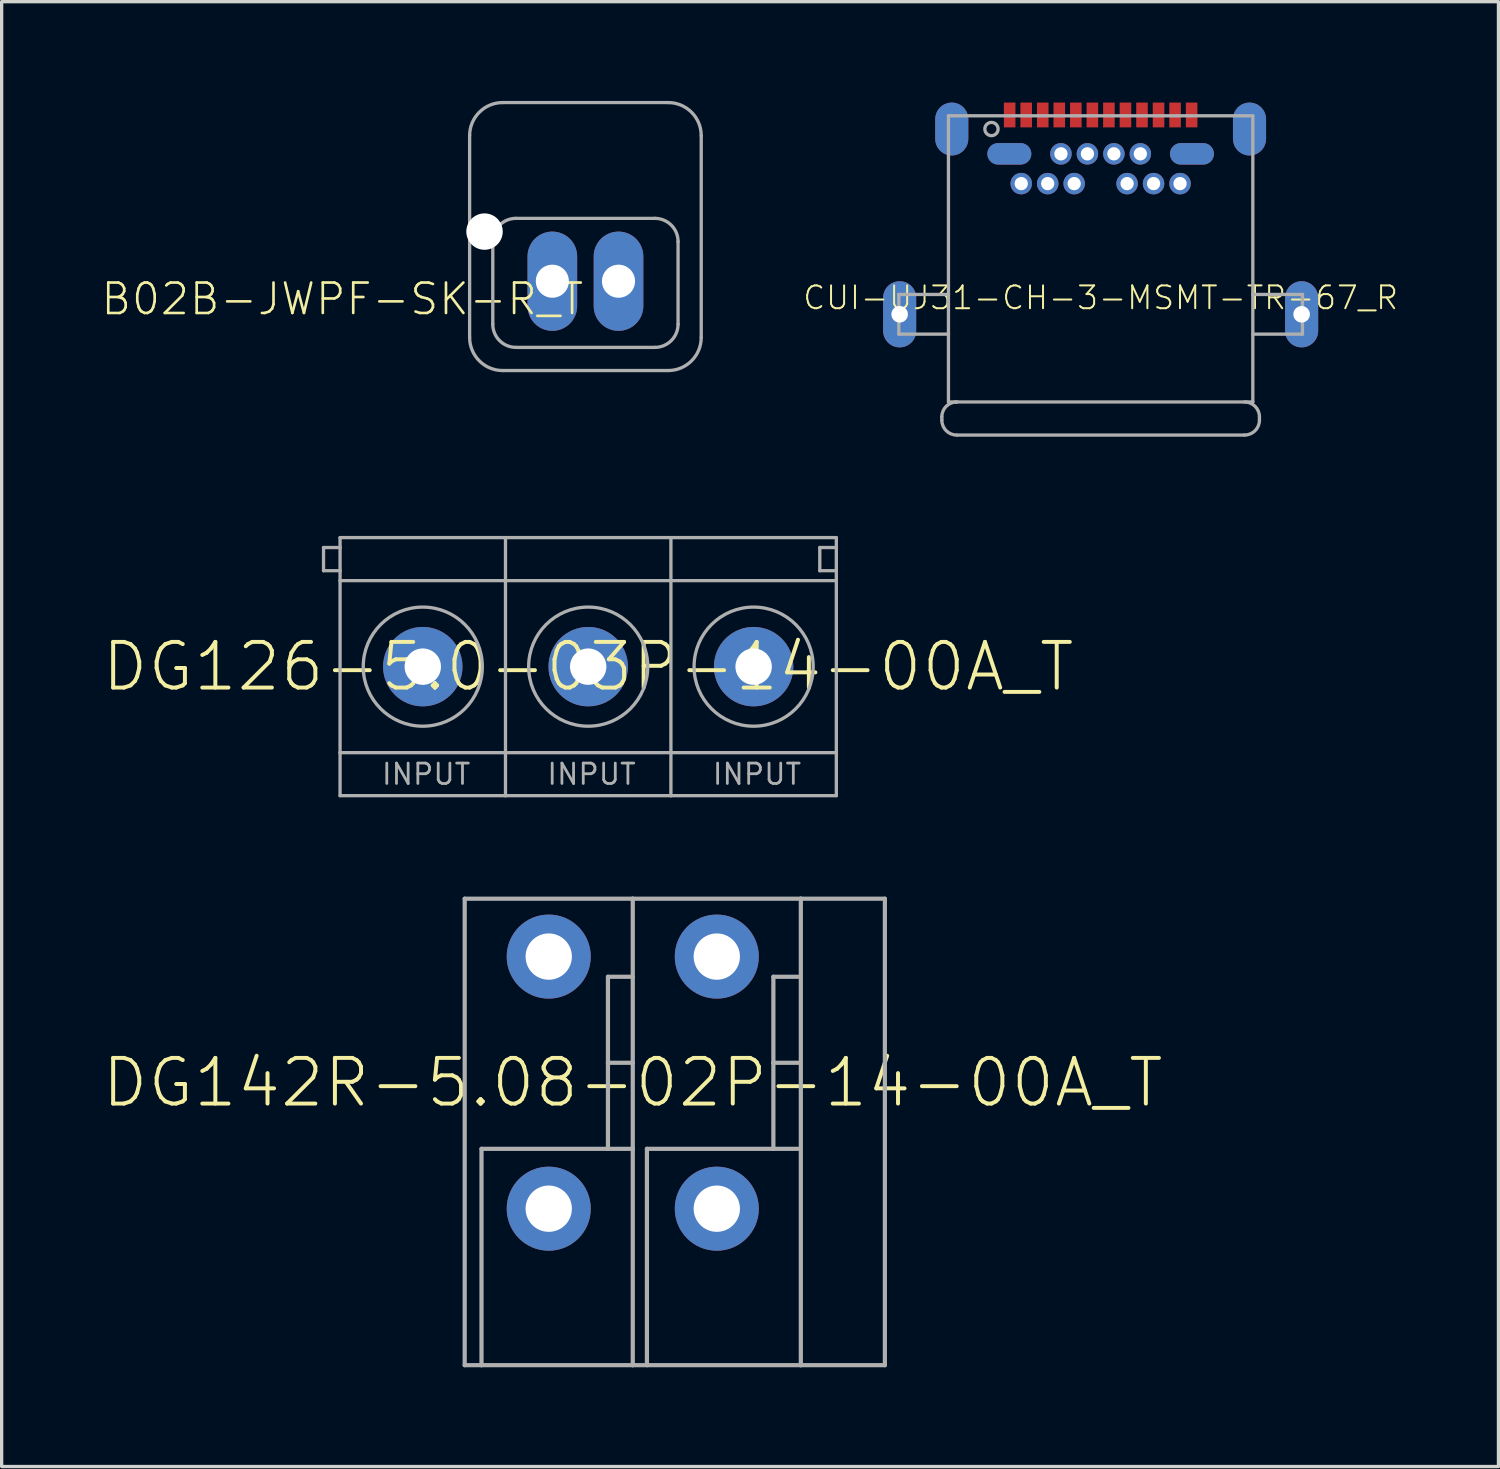
<source format=kicad_pcb>
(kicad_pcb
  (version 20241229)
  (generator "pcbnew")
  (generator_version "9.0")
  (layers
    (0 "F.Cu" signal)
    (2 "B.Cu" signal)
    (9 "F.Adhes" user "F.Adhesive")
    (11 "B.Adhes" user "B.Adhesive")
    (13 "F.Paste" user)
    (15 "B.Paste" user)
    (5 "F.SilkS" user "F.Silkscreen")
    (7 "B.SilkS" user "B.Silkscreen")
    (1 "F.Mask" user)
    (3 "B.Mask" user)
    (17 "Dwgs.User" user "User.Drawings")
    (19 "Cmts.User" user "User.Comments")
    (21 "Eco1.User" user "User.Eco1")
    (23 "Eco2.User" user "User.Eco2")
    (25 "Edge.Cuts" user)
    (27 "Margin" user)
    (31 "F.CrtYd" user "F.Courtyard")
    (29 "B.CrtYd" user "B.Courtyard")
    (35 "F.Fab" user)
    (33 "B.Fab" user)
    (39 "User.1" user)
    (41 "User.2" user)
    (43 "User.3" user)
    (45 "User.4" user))
  (footprint "DG126-5.0-03P-14-00A_T"
    (layer "F.Cu")
    (at 14.729 17.1)
    (property "Reference" "DG126-5.0-03P-14-00A_T" (at 0 0 0) (unlocked yes) (layer "F.SilkS") (effects (font (size 1.38 1.38) (thickness 0.12))))
    (fp_line (start -8 -3.6) (end -7.5 -3.6) (stroke (width 0.1) (type solid)) (layer "F.Fab"))
    (fp_line (start -8 -2.9) (end -8 -3.6) (stroke (width 0.1) (type solid)) (layer "F.Fab"))
    (fp_line (start -7.5 -3.6) (end -7.5 -3.9) (stroke (width 0.1) (type solid)) (layer "F.Fab"))
    (fp_line (start -7.5 -3.6) (end -7.5 -2.9) (stroke (width 0.1) (type solid)) (layer "F.Fab"))
    (fp_line (start -7.5 -2.9) (end -8 -2.9) (stroke (width 0.1) (type solid)) (layer "F.Fab"))
    (fp_line (start -7.5 -2.6) (end -7.5 -2.9) (stroke (width 0.1) (type solid)) (layer "F.Fab"))
    (fp_line (start -7.5 -2.6) (end -2.5 -2.6) (stroke (width 0.1) (type solid)) (layer "F.Fab"))
    (fp_line (start -7.5 2.6) (end -7.5 -2.6) (stroke (width 0.1) (type solid)) (layer "F.Fab"))
    (fp_line (start -7.5 2.6) (end -2.5 2.6) (stroke (width 0.1) (type solid)) (layer "F.Fab"))
    (fp_line (start -7.5 3.9) (end -7.5 2.6) (stroke (width 0.1) (type solid)) (layer "F.Fab"))
    (fp_line (start -7.5 3.9) (end -2.5 3.9) (stroke (width 0.1) (type solid)) (layer "F.Fab"))
    (fp_line (start -2.5 -3.9) (end -7.5 -3.9) (stroke (width 0.1) (type solid)) (layer "F.Fab"))
    (fp_line (start -2.5 -2.6) (end -2.5 -3.9) (stroke (width 0.1) (type solid)) (layer "F.Fab"))
    (fp_line (start -2.5 -2.6) (end 2.5 -2.6) (stroke (width 0.1) (type solid)) (layer "F.Fab"))
    (fp_line (start -2.5 2.6) (end -2.5 -2.6) (stroke (width 0.1) (type solid)) (layer "F.Fab"))
    (fp_line (start -2.5 2.6) (end 2.5 2.6) (stroke (width 0.1) (type solid)) (layer "F.Fab"))
    (fp_line (start -2.5 3.9) (end -2.5 2.6) (stroke (width 0.1) (type solid)) (layer "F.Fab"))
    (fp_line (start -2.5 3.9) (end 2.5 3.9) (stroke (width 0.1) (type solid)) (layer "F.Fab"))
    (fp_line (start 2.5 -3.9) (end -2.5 -3.9) (stroke (width 0.1) (type solid)) (layer "F.Fab"))
    (fp_line (start 2.5 -2.6) (end 2.5 -3.9) (stroke (width 0.1) (type solid)) (layer "F.Fab"))
    (fp_line (start 2.5 -2.6) (end 7.5 -2.6) (stroke (width 0.1) (type solid)) (layer "F.Fab"))
    (fp_line (start 2.5 2.6) (end 2.5 -2.6) (stroke (width 0.1) (type solid)) (layer "F.Fab"))
    (fp_line (start 2.5 2.6) (end 7.5 2.6) (stroke (width 0.1) (type solid)) (layer "F.Fab"))
    (fp_line (start 2.5 3.9) (end 2.5 2.6) (stroke (width 0.1) (type solid)) (layer "F.Fab"))
    (fp_line (start 2.5 3.9) (end 7.5 3.9) (stroke (width 0.1) (type solid)) (layer "F.Fab"))
    (fp_line (start 7 -3.6) (end 7 -2.9) (stroke (width 0.1) (type solid)) (layer "F.Fab"))
    (fp_line (start 7 -2.9) (end 7.5 -2.9) (stroke (width 0.1) (type solid)) (layer "F.Fab"))
    (fp_line (start 7.5 -3.9) (end 2.5 -3.9) (stroke (width 0.1) (type solid)) (layer "F.Fab"))
    (fp_line (start 7.5 -3.9) (end 7.5 -3.6) (stroke (width 0.1) (type solid)) (layer "F.Fab"))
    (fp_line (start 7.5 -3.6) (end 7 -3.6) (stroke (width 0.1) (type solid)) (layer "F.Fab"))
    (fp_line (start 7.5 -3.6) (end 7.5 -2.9) (stroke (width 0.1) (type solid)) (layer "F.Fab"))
    (fp_line (start 7.5 -2.9) (end 7.5 -2.6) (stroke (width 0.1) (type solid)) (layer "F.Fab"))
    (fp_line (start 7.5 -2.6) (end 7.5 2.6) (stroke (width 0.1) (type solid)) (layer "F.Fab"))
    (fp_line (start 7.5 2.6) (end 7.5 3.9) (stroke (width 0.1) (type solid)) (layer "F.Fab"))
    (fp_circle (center -5 0) (end -3.2 0) (stroke (width 0.1) (type solid)) (fill no) (layer "F.Fab"))
    (fp_circle (center 0 0) (end 1.8 0) (stroke (width 0.1) (type solid)) (fill no) (layer "F.Fab"))
    (fp_circle (center 5 0) (end 6.8 0) (stroke (width 0.1) (type solid)) (fill no) (layer "F.Fab"))
    (fp_text user "INPUT" (at -4.9 3.25 0) (layer "F.Fab") (effects (font (size 0.616 0.616) (thickness 0.084))))
    (fp_text user "INPUT" (at 5.1 3.25 0) (layer "F.Fab") (effects (font (size 0.616 0.616) (thickness 0.084))))
    (fp_text user "INPUT" (at 0.1 3.25 0) (layer "F.Fab") (effects (font (size 0.616 0.616) (thickness 0.084))))
    (pad "1" thru_hole circle (at -5 0 90) (size 2.4 2.4) (drill 1.1) (layers "*.Cu" "*.Mask"))
    (pad "2" thru_hole circle (at 0 0 90) (size 2.4 2.4) (drill 1.1) (layers "*.Cu" "*.Mask"))
    (pad "3" thru_hole circle (at 5 0 90) (size 2.4 2.4) (drill 1.1) (layers "*.Cu" "*.Mask")))
  (footprint "DG142R-5.08-02P-14-00A_T"
    (layer "F.Cu")
    (at 16.076 29.674)
    (property "Reference" "DG142R-5.08-02P-14-00A_T" (at 0 0 0) (unlocked yes) (layer "F.SilkS") (effects (font (size 1.38 1.38) (thickness 0.12))))
    (fp_line (start -5.08 -5.56) (end 0 -5.56) (stroke (width 0.127) (type solid)) (layer "F.Fab"))
    (fp_line (start -5.08 8.54) (end -5.08 -5.56) (stroke (width 0.127) (type solid)) (layer "F.Fab"))
    (fp_line (start -4.572 2) (end -0.75 2) (stroke (width 0.127) (type solid)) (layer "F.Fab"))
    (fp_line (start -4.572 8.54) (end -5.08 8.54) (stroke (width 0.127) (type solid)) (layer "F.Fab"))
    (fp_line (start -4.572 8.54) (end -4.572 2) (stroke (width 0.127) (type solid)) (layer "F.Fab"))
    (fp_line (start -0.75 -3.2) (end 0 -3.2) (stroke (width 0.127) (type solid)) (layer "F.Fab"))
    (fp_line (start -0.75 -0.6) (end -0.75 -3.2) (stroke (width 0.127) (type solid)) (layer "F.Fab"))
    (fp_line (start -0.75 -0.6) (end 0 -0.6) (stroke (width 0.127) (type solid)) (layer "F.Fab"))
    (fp_line (start -0.75 2) (end -0.75 -0.6) (stroke (width 0.127) (type solid)) (layer "F.Fab"))
    (fp_line (start -0.75 2) (end 0 2) (stroke (width 0.127) (type solid)) (layer "F.Fab"))
    (fp_line (start 0 -5.56) (end 5.08 -5.56) (stroke (width 0.127) (type solid)) (layer "F.Fab"))
    (fp_line (start 0 -3.2) (end 0 -5.56) (stroke (width 0.127) (type solid)) (layer "F.Fab"))
    (fp_line (start 0 -0.6) (end 0 -3.2) (stroke (width 0.127) (type solid)) (layer "F.Fab"))
    (fp_line (start 0 2) (end 0 -0.6) (stroke (width 0.127) (type solid)) (layer "F.Fab"))
    (fp_line (start 0 8.54) (end -4.572 8.54) (stroke (width 0.127) (type solid)) (layer "F.Fab"))
    (fp_line (start 0 8.54) (end 0 2) (stroke (width 0.127) (type solid)) (layer "F.Fab"))
    (fp_line (start 0.428 2) (end 4.25 2) (stroke (width 0.127) (type solid)) (layer "F.Fab"))
    (fp_line (start 0.428 8.54) (end 0.428 2) (stroke (width 0.127) (type solid)) (layer "F.Fab"))
    (fp_line (start 4.25 -3.2) (end 5 -3.2) (stroke (width 0.127) (type solid)) (layer "F.Fab"))
    (fp_line (start 4.25 -0.6) (end 4.25 -3.2) (stroke (width 0.127) (type solid)) (layer "F.Fab"))
    (fp_line (start 4.25 -0.6) (end 5 -0.6) (stroke (width 0.127) (type solid)) (layer "F.Fab"))
    (fp_line (start 4.25 2) (end 4.25 -0.6) (stroke (width 0.127) (type solid)) (layer "F.Fab"))
    (fp_line (start 4.25 2) (end 5 2) (stroke (width 0.127) (type solid)) (layer "F.Fab"))
    (fp_line (start 5.08 -5.56) (end 7.62 -5.56) (stroke (width 0.127) (type solid)) (layer "F.Fab"))
    (fp_line (start 5.08 8.54) (end 0 8.54) (stroke (width 0.127) (type solid)) (layer "F.Fab"))
    (fp_line (start 5.08 8.54) (end 5.08 -5.56) (stroke (width 0.127) (type solid)) (layer "F.Fab"))
    (fp_line (start 7.62 -5.56) (end 7.62 8.54) (stroke (width 0.127) (type solid)) (layer "F.Fab"))
    (fp_line (start 7.62 8.54) (end 5.08 8.54) (stroke (width 0.127) (type solid)) (layer "F.Fab"))
    (pad "1" thru_hole circle (at -2.54 -3.81) (size 2.54 2.54) (drill 1.4) (layers "*.Cu" "*.Mask"))
    (pad "2" thru_hole circle (at -2.54 3.81) (size 2.54 2.54) (drill 1.4) (layers "*.Cu" "*.Mask"))
    (pad "3" thru_hole circle (at 2.54 -3.81) (size 2.54 2.54) (drill 1.4) (layers "*.Cu" "*.Mask"))
    (pad "4" thru_hole circle (at 2.54 3.81) (size 2.54 2.54) (drill 1.4) (layers "*.Cu" "*.Mask")))
  (footprint "CUI-UJ31-CH-3-MSMT-TR-67_R"
    (layer "F.Cu")
    (at 30.218 6.45)
    (property "Reference" "CUI-UJ31-CH-3-MSMT-TR-67_R" (at 0 -0.5 0) (unlocked yes) (layer "F.SilkS") (effects (font (size 0.69 0.69) (thickness 0.06))))
    (fp_line (start -4.5 -5.3) (end -4.5 -5.9) (stroke (width 1.1) (type solid)) (layer "F.Mask"))
    (fp_line (start -2.42 -4.85) (end -3.1 -4.85) (stroke (width 0.84) (type solid)) (layer "F.Mask"))
    (fp_line (start 3.1 -4.85) (end 2.42 -4.85) (stroke (width 0.84) (type solid)) (layer "F.Mask"))
    (fp_line (start 4.5 -5.3) (end 4.5 -5.9) (stroke (width 1.1) (type solid)) (layer "F.Mask"))
    (fp_poly (pts (xy -2.975 -5.6) (xy 2.975 -5.6) (xy 2.975 -6.45) (xy -2.975 -6.45)) (stroke (width 0) (type default)) (fill yes) (layer "F.Mask"))
    (fp_line (start -4.5 -5.3) (end -4.5 -5.9) (stroke (width 1) (type solid)) (layer "B.Cu"))
    (fp_line (start -2.42 -4.85) (end -3.1 -4.85) (stroke (width 0.65) (type solid)) (layer "B.Cu"))
    (fp_line (start 3.1 -4.85) (end 2.42 -4.85) (stroke (width 0.65) (type solid)) (layer "B.Cu"))
    (fp_line (start 4.5 -5.3) (end 4.5 -5.9) (stroke (width 1) (type solid)) (layer "B.Cu"))
    (fp_line (start -4.5 -5.3) (end -4.5 -5.9) (stroke (width 1.1) (type solid)) (layer "B.Mask"))
    (fp_line (start -2.42 -4.85) (end -3.1 -4.85) (stroke (width 0.84) (type solid)) (layer "B.Mask"))
    (fp_line (start 3.1 -4.85) (end 2.42 -4.85) (stroke (width 0.84) (type solid)) (layer "B.Mask"))
    (fp_line (start 4.5 -5.3) (end 4.5 -5.9) (stroke (width 1.1) (type solid)) (layer "B.Mask"))
    (fp_line (start -6.075 -0.5) (end -6.075 0.5) (stroke (width 1) (type solid)) (layer "F.Paste"))
    (fp_line (start 6.075 -0.5) (end 6.075 0.5) (stroke (width 1) (type solid)) (layer "F.Paste"))
    (fp_circle (center -2.4 -3.95) (end -2.237 -3.95) (stroke (width 0.325) (type solid)) (fill yes) (layer "F.Paste"))
    (fp_circle (center -1.6 -3.95) (end -1.438 -3.95) (stroke (width 0.325) (type solid)) (fill yes) (layer "F.Paste"))
    (fp_circle (center -1.2 -4.85) (end -1.038 -4.85) (stroke (width 0.325) (type solid)) (fill yes) (layer "F.Paste"))
    (fp_circle (center -0.8 -3.95) (end -0.637 -3.95) (stroke (width 0.325) (type solid)) (fill yes) (layer "F.Paste"))
    (fp_circle (center -0.4 -4.85) (end -0.237 -4.85) (stroke (width 0.325) (type solid)) (fill yes) (layer "F.Paste"))
    (fp_circle (center 0.4 -4.85) (end 0.562 -4.85) (stroke (width 0.325) (type solid)) (fill yes) (layer "F.Paste"))
    (fp_circle (center 0.8 -3.95) (end 0.963 -3.95) (stroke (width 0.325) (type solid)) (fill yes) (layer "F.Paste"))
    (fp_circle (center 1.2 -4.85) (end 1.363 -4.85) (stroke (width 0.325) (type solid)) (fill yes) (layer "F.Paste"))
    (fp_circle (center 1.6 -3.95) (end 1.762 -3.95) (stroke (width 0.325) (type solid)) (fill yes) (layer "F.Paste"))
    (fp_circle (center 2.4 -3.95) (end 2.562 -3.95) (stroke (width 0.325) (type solid)) (fill yes) (layer "F.Paste"))
    (fp_line (start -6.1 -0.6) (end -6.1 0.6) (stroke (width 0.1) (type solid)) (layer "F.Fab"))
    (fp_line (start -6.1 0.6) (end -4.6 0.6) (stroke (width 0.1) (type solid)) (layer "F.Fab"))
    (fp_line (start -4.8 3.2) (end -4.8 3.1) (stroke (width 0.1) (type solid)) (layer "F.Fab"))
    (fp_line (start -4.6 -6) (end 4.6 -6) (stroke (width 0.1) (type solid)) (layer "F.Fab"))
    (fp_line (start -4.6 -0.6) (end -6.1 -0.6) (stroke (width 0.1) (type solid)) (layer "F.Fab"))
    (fp_line (start -4.6 -0.6) (end -4.6 -6) (stroke (width 0.1) (type solid)) (layer "F.Fab"))
    (fp_line (start -4.6 0.6) (end -4.6 -0.6) (stroke (width 0.1) (type solid)) (layer "F.Fab"))
    (fp_line (start -4.6 2.65) (end -4.6 0.6) (stroke (width 0.1) (type solid)) (layer "F.Fab"))
    (fp_line (start -4.6 2.65) (end -4.35 2.65) (stroke (width 0.1) (type solid)) (layer "F.Fab"))
    (fp_line (start -4.35 2.65) (end 4.6 2.65) (stroke (width 0.1) (type solid)) (layer "F.Fab"))
    (fp_line (start 4.35 3.65) (end -4.35 3.65) (stroke (width 0.1) (type solid)) (layer "F.Fab"))
    (fp_line (start 4.6 -6) (end 4.6 2.65) (stroke (width 0.1) (type solid)) (layer "F.Fab"))
    (fp_line (start 4.6 0.6) (end 6.1 0.6) (stroke (width 0.1) (type solid)) (layer "F.Fab"))
    (fp_line (start 4.8 3.1) (end 4.8 3.2) (stroke (width 0.1) (type solid)) (layer "F.Fab"))
    (fp_line (start 6.1 -0.6) (end 4.6 -0.6) (stroke (width 0.1) (type solid)) (layer "F.Fab"))
    (fp_line (start 6.1 0.6) (end 6.1 -0.6) (stroke (width 0.1) (type solid)) (layer "F.Fab"))
    (fp_arc (start -4.8 3.1) (mid -4.668198 2.781802) (end -4.35 2.65) (stroke (width 0.1) (type solid)) (layer "F.Fab"))
    (fp_arc (start -4.35 3.65) (mid -4.668198 3.518198) (end -4.8 3.2) (stroke (width 0.1) (type solid)) (layer "F.Fab"))
    (fp_arc (start 4.35 2.65) (mid 4.668198 2.781802) (end 4.8 3.1) (stroke (width 0.1) (type solid)) (layer "F.Fab"))
    (fp_arc (start 4.8 3.2) (mid 4.668198 3.518198) (end 4.35 3.65) (stroke (width 0.1) (type solid)) (layer "F.Fab"))
    (fp_circle (center -3.3 -5.6) (end -3.1 -5.6) (stroke (width 0.1) (type solid)) (fill no) (layer "F.Fab"))
    (pad "A1" smd rect (at -2.75 -6.025 90) (size 0.75 0.35) (layers "F.Cu" "F.Paste"))
    (pad "A2" smd rect (at -2.25 -6.025 90) (size 0.75 0.35) (layers "F.Cu" "F.Paste"))
    (pad "A3" smd rect (at -1.75 -6.025 90) (size 0.75 0.35) (layers "F.Cu" "F.Paste"))
    (pad "A4" smd rect (at -1.25 -6.025 90) (size 0.75 0.35) (layers "F.Cu" "F.Paste"))
    (pad "A5" smd rect (at -0.75 -6.025 90) (size 0.75 0.35) (layers "F.Cu" "F.Paste"))
    (pad "A6" smd rect (at -0.25 -6.025 90) (size 0.75 0.35) (layers "F.Cu" "F.Paste"))
    (pad "A7" smd rect (at 0.25 -6.025 90) (size 0.75 0.35) (layers "F.Cu" "F.Paste"))
    (pad "A8" smd rect (at 0.75 -6.025 90) (size 0.75 0.35) (layers "F.Cu" "F.Paste"))
    (pad "A9" smd rect (at 1.25 -6.025 90) (size 0.75 0.35) (layers "F.Cu" "F.Paste"))
    (pad "A10" smd rect (at 1.75 -6.025 90) (size 0.75 0.35) (layers "F.Cu" "F.Paste"))
    (pad "A11" smd rect (at 2.25 -6.025 90) (size 0.75 0.35) (layers "F.Cu" "F.Paste"))
    (pad "A12" smd rect (at 2.75 -6.025 90) (size 0.75 0.35) (layers "F.Cu" "F.Paste"))
    (pad "B1" smd roundrect (at 2.76 -4.85 180) (size 1.33 0.65) (layers "F.Cu" "F.Paste") (roundrect_rratio 0.5))
    (pad "B2" thru_hole circle (at 2.4 -3.95) (size 0.65 0.65) (drill 0.4) (layers "*.Cu" "*.Mask"))
    (pad "B3" thru_hole circle (at 1.6 -3.95) (size 0.65 0.65) (drill 0.4) (layers "*.Cu" "*.Mask"))
    (pad "B4" thru_hole circle (at 1.2 -4.85) (size 0.65 0.65) (drill 0.4) (layers "*.Cu" "*.Mask"))
    (pad "B5" thru_hole circle (at 0.8 -3.95) (size 0.65 0.65) (drill 0.4) (layers "*.Cu" "*.Mask"))
    (pad "B6" thru_hole circle (at 0.4 -4.85) (size 0.65 0.65) (drill 0.4) (layers "*.Cu" "*.Mask"))
    (pad "B7" thru_hole circle (at -0.4 -4.85) (size 0.65 0.65) (drill 0.4) (layers "*.Cu" "*.Mask"))
    (pad "B8" thru_hole circle (at -0.8 -3.95) (size 0.65 0.65) (drill 0.4) (layers "*.Cu" "*.Mask"))
    (pad "B9" thru_hole circle (at -1.2 -4.85) (size 0.65 0.65) (drill 0.4) (layers "*.Cu" "*.Mask"))
    (pad "B10" thru_hole circle (at -1.6 -3.95) (size 0.65 0.65) (drill 0.4) (layers "*.Cu" "*.Mask"))
    (pad "B11" thru_hole circle (at -2.4 -3.95) (size 0.65 0.65) (drill 0.4) (layers "*.Cu" "*.Mask"))
    (pad "B12" smd roundrect (at -2.76 -4.85 180) (size 1.33 0.65) (layers "F.Cu" "F.Paste") (roundrect_rratio 0.5))
    (pad "S1" smd roundrect (at -4.5 -5.6 90) (size 1.6 1) (layers "F.Cu" "F.Paste") (roundrect_rratio 0.5))
    (pad "S2" smd roundrect (at 4.5 -5.6 90) (size 1.6 1) (layers "F.Cu" "F.Paste") (roundrect_rratio 0.5))
    (pad "S3" thru_hole oval (at -6.075 0 90) (size 2 1) (drill 0.5) (layers "*.Cu" "*.Mask"))
    (pad "S4" thru_hole oval (at 6.075 0 90) (size 2 1) (drill 0.5) (layers "*.Cu" "*.Mask")))
  (footprint "B02B-JWPF-SK-R_T"
    (layer "F.Cu")
    (at 14.645 5.45)
    (property "Reference" "B02B-JWPF-SK-R_T" (at 0 0 0) (unlocked yes) (layer "F.SilkS") (effects (font (size 0.92 0.92) (thickness 0.08)) (justify right top)))
    (fp_line (start -3.5 -4.4) (end -3.5 1.7) (stroke (width 0.1) (type solid)) (layer "F.Fab"))
    (fp_line (start -2.8 -1.2) (end -2.8 1.3) (stroke (width 0.1) (type solid)) (layer "F.Fab"))
    (fp_line (start -2.5 2.7) (end 2.5 2.7) (stroke (width 0.1) (type solid)) (layer "F.Fab"))
    (fp_line (start -2.1 2) (end 2.1 2) (stroke (width 0.1) (type solid)) (layer "F.Fab"))
    (fp_line (start 2.1 -1.9) (end -2.1 -1.9) (stroke (width 0.1) (type solid)) (layer "F.Fab"))
    (fp_line (start 2.5 -5.4) (end -2.5 -5.4) (stroke (width 0.1) (type solid)) (layer "F.Fab"))
    (fp_line (start 2.8 1.3) (end 2.8 -1.2) (stroke (width 0.1) (type solid)) (layer "F.Fab"))
    (fp_line (start 3.5 1.7) (end 3.5 -4.4) (stroke (width 0.1) (type solid)) (layer "F.Fab"))
    (fp_arc (start -3.5 -4.4) (mid -3.207107 -5.107107) (end -2.5 -5.4) (stroke (width 0.1) (type solid)) (layer "F.Fab"))
    (fp_arc (start -2.8 -1.2) (mid -2.594975 -1.694975) (end -2.1 -1.9) (stroke (width 0.1) (type solid)) (layer "F.Fab"))
    (fp_arc (start -2.5 2.7) (mid -3.207107 2.407107) (end -3.5 1.7) (stroke (width 0.1) (type solid)) (layer "F.Fab"))
    (fp_arc (start -2.1 2) (mid -2.594975 1.794975) (end -2.8 1.3) (stroke (width 0.1) (type solid)) (layer "F.Fab"))
    (fp_arc (start 2.1 -1.9) (mid 2.594975 -1.694975) (end 2.8 -1.2) (stroke (width 0.1) (type solid)) (layer "F.Fab"))
    (fp_arc (start 2.5 -5.4) (mid 3.207107 -5.107107) (end 3.5 -4.4) (stroke (width 0.1) (type solid)) (layer "F.Fab"))
    (fp_arc (start 2.8 1.3) (mid 2.594975 1.794975) (end 2.1 2) (stroke (width 0.1) (type solid)) (layer "F.Fab"))
    (fp_arc (start 3.5 1.7) (mid 3.207107 2.407107) (end 2.5 2.7) (stroke (width 0.1) (type solid)) (layer "F.Fab"))
    (pad "" np_thru_hole circle (at -3.05 -1.5) (size 1.1 1.1) (drill 1.1) (layers "*.Cu" "*.Mask"))
    (pad "1" thru_hole oval (at -1 0 90) (size 3 1.5) (drill 1) (layers "*.Cu" "*.Mask"))
    (pad "2" thru_hole oval (at 1 0 90) (size 3 1.5) (drill 1) (layers "*.Cu" "*.Mask")))
  (gr_rect
    (start -3 -3)
    (end 42.242 41.277)
    (stroke (width 0.1) (type default))
    (fill no)
    (layer "Edge.Cuts")))
</source>
